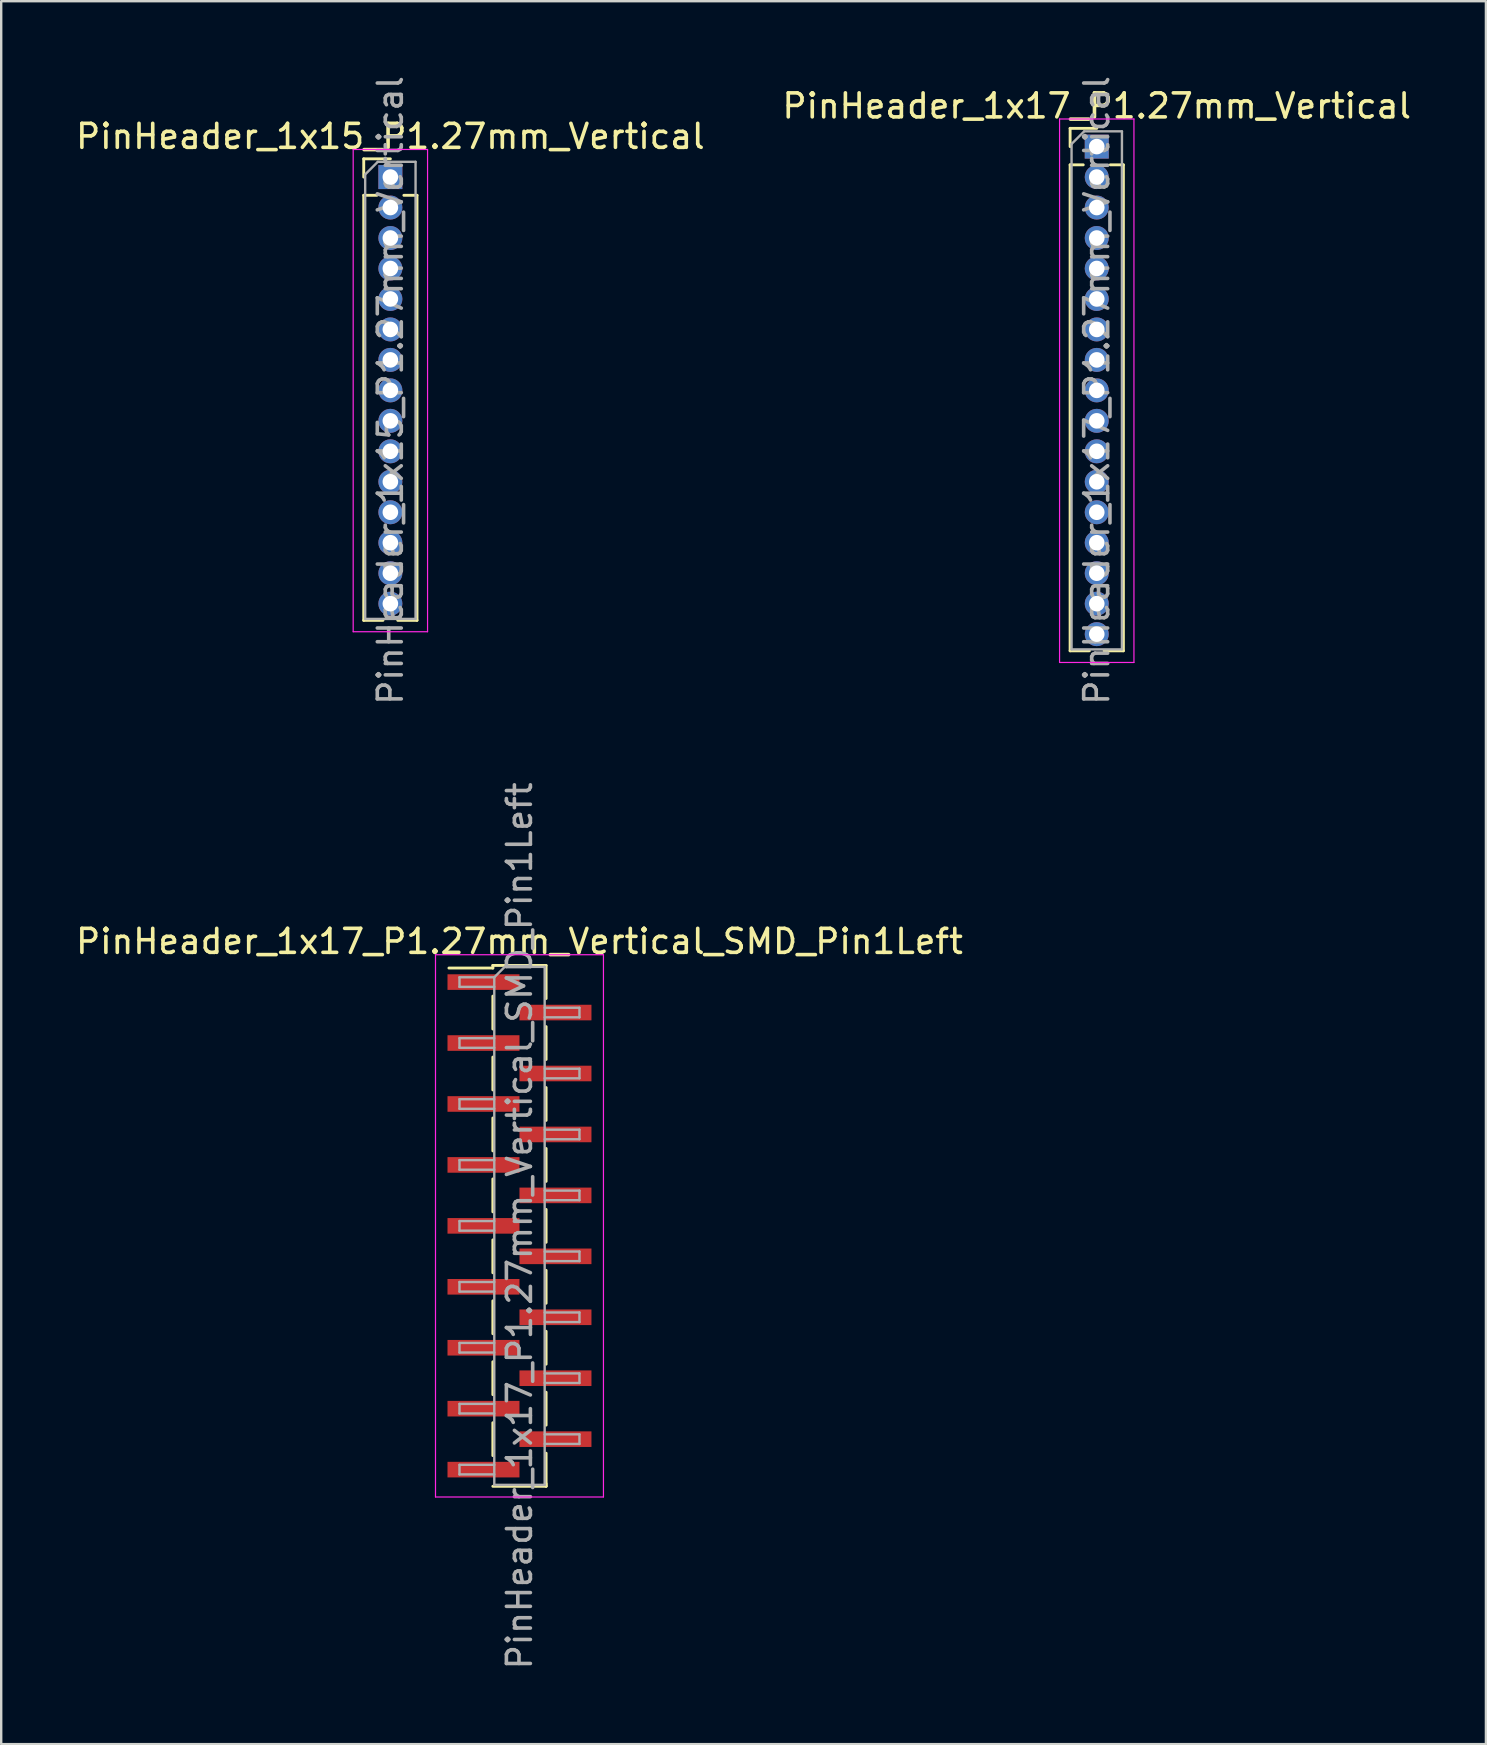
<source format=kicad_pcb>
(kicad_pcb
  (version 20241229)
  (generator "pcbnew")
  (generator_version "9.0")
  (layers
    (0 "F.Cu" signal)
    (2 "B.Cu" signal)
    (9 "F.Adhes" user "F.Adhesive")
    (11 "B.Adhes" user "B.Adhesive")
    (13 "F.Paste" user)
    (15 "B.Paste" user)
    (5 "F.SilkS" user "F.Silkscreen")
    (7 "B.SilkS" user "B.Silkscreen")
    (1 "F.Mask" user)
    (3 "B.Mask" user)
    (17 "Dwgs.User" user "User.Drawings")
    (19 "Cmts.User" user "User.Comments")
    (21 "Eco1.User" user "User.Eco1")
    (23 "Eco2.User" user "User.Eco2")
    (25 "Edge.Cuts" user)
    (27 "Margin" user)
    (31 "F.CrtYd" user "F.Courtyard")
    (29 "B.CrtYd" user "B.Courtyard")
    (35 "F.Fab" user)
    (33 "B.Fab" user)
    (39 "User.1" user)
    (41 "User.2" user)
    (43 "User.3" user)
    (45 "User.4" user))
  (footprint "PinHeader_1x17_P1.27mm_Vertical_SMD_Pin1Left"
    (layer "F.Cu")
    (at 18.601 48.042)
    (property "Reference" "PinHeader_1x17_P1.27mm_Vertical_SMD_Pin1Left" (at 0 -11.855 0) (layer "F.SilkS") (effects (font (size 1 1) (thickness 0.15))))
    (attr smd)
    (fp_line (start -1.11 -10.855) (end -1.11 -10.745) (stroke (width 0.12) (type solid)) (layer "F.SilkS"))
    (fp_line (start -1.11 -10.855) (end 1.11 -10.855) (stroke (width 0.12) (type solid)) (layer "F.SilkS"))
    (fp_line (start -1.11 -10.745) (end -2.94 -10.745) (stroke (width 0.12) (type solid)) (layer "F.SilkS"))
    (fp_line (start -1.11 -9.575) (end -1.11 -8.205) (stroke (width 0.12) (type solid)) (layer "F.SilkS"))
    (fp_line (start -1.11 -7.035) (end -1.11 -5.665) (stroke (width 0.12) (type solid)) (layer "F.SilkS"))
    (fp_line (start -1.11 -4.495) (end -1.11 -3.125) (stroke (width 0.12) (type solid)) (layer "F.SilkS"))
    (fp_line (start -1.11 -1.955) (end -1.11 -0.585) (stroke (width 0.12) (type solid)) (layer "F.SilkS"))
    (fp_line (start -1.11 0.585) (end -1.11 1.955) (stroke (width 0.12) (type solid)) (layer "F.SilkS"))
    (fp_line (start -1.11 3.125) (end -1.11 4.495) (stroke (width 0.12) (type solid)) (layer "F.SilkS"))
    (fp_line (start -1.11 5.665) (end -1.11 7.035) (stroke (width 0.12) (type solid)) (layer "F.SilkS"))
    (fp_line (start -1.11 8.205) (end -1.11 9.575) (stroke (width 0.12) (type solid)) (layer "F.SilkS"))
    (fp_line (start -1.11 10.855) (end 1.11 10.855) (stroke (width 0.12) (type solid)) (layer "F.SilkS"))
    (fp_line (start 1.11 -10.845) (end 1.11 -9.475) (stroke (width 0.12) (type solid)) (layer "F.SilkS"))
    (fp_line (start 1.11 -8.305) (end 1.11 -6.935) (stroke (width 0.12) (type solid)) (layer "F.SilkS"))
    (fp_line (start 1.11 -5.765) (end 1.11 -4.395) (stroke (width 0.12) (type solid)) (layer "F.SilkS"))
    (fp_line (start 1.11 -3.225) (end 1.11 -1.855) (stroke (width 0.12) (type solid)) (layer "F.SilkS"))
    (fp_line (start 1.11 -0.685) (end 1.11 0.685) (stroke (width 0.12) (type solid)) (layer "F.SilkS"))
    (fp_line (start 1.11 1.855) (end 1.11 3.225) (stroke (width 0.12) (type solid)) (layer "F.SilkS"))
    (fp_line (start 1.11 4.395) (end 1.11 5.765) (stroke (width 0.12) (type solid)) (layer "F.SilkS"))
    (fp_line (start 1.11 6.935) (end 1.11 8.305) (stroke (width 0.12) (type solid)) (layer "F.SilkS"))
    (fp_line (start 1.11 9.475) (end 1.11 10.845) (stroke (width 0.12) (type solid)) (layer "F.SilkS"))
    (fp_line (start 1.11 10.745) (end 1.11 10.855) (stroke (width 0.12) (type solid)) (layer "F.SilkS"))
    (fp_line (start -3.5 -11.3) (end -3.5 11.3) (stroke (width 0.05) (type solid)) (layer "F.CrtYd"))
    (fp_line (start -3.5 11.3) (end 3.5 11.3) (stroke (width 0.05) (type solid)) (layer "F.CrtYd"))
    (fp_line (start 3.5 -11.3) (end -3.5 -11.3) (stroke (width 0.05) (type solid)) (layer "F.CrtYd"))
    (fp_line (start 3.5 11.3) (end 3.5 -11.3) (stroke (width 0.05) (type solid)) (layer "F.CrtYd"))
    (fp_line (start -2.5 -10.36) (end -2.5 -9.96) (stroke (width 0.1) (type solid)) (layer "F.Fab"))
    (fp_line (start -2.5 -9.96) (end -1.05 -9.96) (stroke (width 0.1) (type solid)) (layer "F.Fab"))
    (fp_line (start -2.5 -7.82) (end -2.5 -7.42) (stroke (width 0.1) (type solid)) (layer "F.Fab"))
    (fp_line (start -2.5 -7.42) (end -1.05 -7.42) (stroke (width 0.1) (type solid)) (layer "F.Fab"))
    (fp_line (start -2.5 -5.28) (end -2.5 -4.88) (stroke (width 0.1) (type solid)) (layer "F.Fab"))
    (fp_line (start -2.5 -4.88) (end -1.05 -4.88) (stroke (width 0.1) (type solid)) (layer "F.Fab"))
    (fp_line (start -2.5 -2.74) (end -2.5 -2.34) (stroke (width 0.1) (type solid)) (layer "F.Fab"))
    (fp_line (start -2.5 -2.34) (end -1.05 -2.34) (stroke (width 0.1) (type solid)) (layer "F.Fab"))
    (fp_line (start -2.5 -0.2) (end -2.5 0.2) (stroke (width 0.1) (type solid)) (layer "F.Fab"))
    (fp_line (start -2.5 0.2) (end -1.05 0.2) (stroke (width 0.1) (type solid)) (layer "F.Fab"))
    (fp_line (start -2.5 2.34) (end -2.5 2.74) (stroke (width 0.1) (type solid)) (layer "F.Fab"))
    (fp_line (start -2.5 2.74) (end -1.05 2.74) (stroke (width 0.1) (type solid)) (layer "F.Fab"))
    (fp_line (start -2.5 4.88) (end -2.5 5.28) (stroke (width 0.1) (type solid)) (layer "F.Fab"))
    (fp_line (start -2.5 5.28) (end -1.05 5.28) (stroke (width 0.1) (type solid)) (layer "F.Fab"))
    (fp_line (start -2.5 7.42) (end -2.5 7.82) (stroke (width 0.1) (type solid)) (layer "F.Fab"))
    (fp_line (start -2.5 7.82) (end -1.05 7.82) (stroke (width 0.1) (type solid)) (layer "F.Fab"))
    (fp_line (start -2.5 9.96) (end -2.5 10.36) (stroke (width 0.1) (type solid)) (layer "F.Fab"))
    (fp_line (start -2.5 10.36) (end -1.05 10.36) (stroke (width 0.1) (type solid)) (layer "F.Fab"))
    (fp_line (start -1.05 -10.36) (end -2.5 -10.36) (stroke (width 0.1) (type solid)) (layer "F.Fab"))
    (fp_line (start -1.05 -10.36) (end -0.615 -10.795) (stroke (width 0.1) (type solid)) (layer "F.Fab"))
    (fp_line (start -1.05 -7.82) (end -2.5 -7.82) (stroke (width 0.1) (type solid)) (layer "F.Fab"))
    (fp_line (start -1.05 -5.28) (end -2.5 -5.28) (stroke (width 0.1) (type solid)) (layer "F.Fab"))
    (fp_line (start -1.05 -2.74) (end -2.5 -2.74) (stroke (width 0.1) (type solid)) (layer "F.Fab"))
    (fp_line (start -1.05 -0.2) (end -2.5 -0.2) (stroke (width 0.1) (type solid)) (layer "F.Fab"))
    (fp_line (start -1.05 2.34) (end -2.5 2.34) (stroke (width 0.1) (type solid)) (layer "F.Fab"))
    (fp_line (start -1.05 4.88) (end -2.5 4.88) (stroke (width 0.1) (type solid)) (layer "F.Fab"))
    (fp_line (start -1.05 7.42) (end -2.5 7.42) (stroke (width 0.1) (type solid)) (layer "F.Fab"))
    (fp_line (start -1.05 9.96) (end -2.5 9.96) (stroke (width 0.1) (type solid)) (layer "F.Fab"))
    (fp_line (start -1.05 10.795) (end -1.05 -10.36) (stroke (width 0.1) (type solid)) (layer "F.Fab"))
    (fp_line (start -0.615 -10.795) (end 1.05 -10.795) (stroke (width 0.1) (type solid)) (layer "F.Fab"))
    (fp_line (start 1.05 -10.795) (end 1.05 10.795) (stroke (width 0.1) (type solid)) (layer "F.Fab"))
    (fp_line (start 1.05 -9.09) (end 2.5 -9.09) (stroke (width 0.1) (type solid)) (layer "F.Fab"))
    (fp_line (start 1.05 -6.55) (end 2.5 -6.55) (stroke (width 0.1) (type solid)) (layer "F.Fab"))
    (fp_line (start 1.05 -4.01) (end 2.5 -4.01) (stroke (width 0.1) (type solid)) (layer "F.Fab"))
    (fp_line (start 1.05 -1.47) (end 2.5 -1.47) (stroke (width 0.1) (type solid)) (layer "F.Fab"))
    (fp_line (start 1.05 1.07) (end 2.5 1.07) (stroke (width 0.1) (type solid)) (layer "F.Fab"))
    (fp_line (start 1.05 3.61) (end 2.5 3.61) (stroke (width 0.1) (type solid)) (layer "F.Fab"))
    (fp_line (start 1.05 6.15) (end 2.5 6.15) (stroke (width 0.1) (type solid)) (layer "F.Fab"))
    (fp_line (start 1.05 8.69) (end 2.5 8.69) (stroke (width 0.1) (type solid)) (layer "F.Fab"))
    (fp_line (start 1.05 10.795) (end -1.05 10.795) (stroke (width 0.1) (type solid)) (layer "F.Fab"))
    (fp_line (start 2.5 -9.09) (end 2.5 -8.69) (stroke (width 0.1) (type solid)) (layer "F.Fab"))
    (fp_line (start 2.5 -8.69) (end 1.05 -8.69) (stroke (width 0.1) (type solid)) (layer "F.Fab"))
    (fp_line (start 2.5 -6.55) (end 2.5 -6.15) (stroke (width 0.1) (type solid)) (layer "F.Fab"))
    (fp_line (start 2.5 -6.15) (end 1.05 -6.15) (stroke (width 0.1) (type solid)) (layer "F.Fab"))
    (fp_line (start 2.5 -4.01) (end 2.5 -3.61) (stroke (width 0.1) (type solid)) (layer "F.Fab"))
    (fp_line (start 2.5 -3.61) (end 1.05 -3.61) (stroke (width 0.1) (type solid)) (layer "F.Fab"))
    (fp_line (start 2.5 -1.47) (end 2.5 -1.07) (stroke (width 0.1) (type solid)) (layer "F.Fab"))
    (fp_line (start 2.5 -1.07) (end 1.05 -1.07) (stroke (width 0.1) (type solid)) (layer "F.Fab"))
    (fp_line (start 2.5 1.07) (end 2.5 1.47) (stroke (width 0.1) (type solid)) (layer "F.Fab"))
    (fp_line (start 2.5 1.47) (end 1.05 1.47) (stroke (width 0.1) (type solid)) (layer "F.Fab"))
    (fp_line (start 2.5 3.61) (end 2.5 4.01) (stroke (width 0.1) (type solid)) (layer "F.Fab"))
    (fp_line (start 2.5 4.01) (end 1.05 4.01) (stroke (width 0.1) (type solid)) (layer "F.Fab"))
    (fp_line (start 2.5 6.15) (end 2.5 6.55) (stroke (width 0.1) (type solid)) (layer "F.Fab"))
    (fp_line (start 2.5 6.55) (end 1.05 6.55) (stroke (width 0.1) (type solid)) (layer "F.Fab"))
    (fp_line (start 2.5 8.69) (end 2.5 9.09) (stroke (width 0.1) (type solid)) (layer "F.Fab"))
    (fp_line (start 2.5 9.09) (end 1.05 9.09) (stroke (width 0.1) (type solid)) (layer "F.Fab"))
    (fp_text user "${REFERENCE}" (at 0 0 90) (layer "F.Fab") (effects (font (size 1 1) (thickness 0.15))))
    (pad "1" smd rect (at -1.5 -10.16) (size 3 0.65) (layers "F.Cu" "F.Mask" "F.Paste"))
    (pad "2" smd rect (at 1.5 -8.89) (size 3 0.65) (layers "F.Cu" "F.Mask" "F.Paste"))
    (pad "3" smd rect (at -1.5 -7.62) (size 3 0.65) (layers "F.Cu" "F.Mask" "F.Paste"))
    (pad "4" smd rect (at 1.5 -6.35) (size 3 0.65) (layers "F.Cu" "F.Mask" "F.Paste"))
    (pad "5" smd rect (at -1.5 -5.08) (size 3 0.65) (layers "F.Cu" "F.Mask" "F.Paste"))
    (pad "6" smd rect (at 1.5 -3.81) (size 3 0.65) (layers "F.Cu" "F.Mask" "F.Paste"))
    (pad "7" smd rect (at -1.5 -2.54) (size 3 0.65) (layers "F.Cu" "F.Mask" "F.Paste"))
    (pad "8" smd rect (at 1.5 -1.27) (size 3 0.65) (layers "F.Cu" "F.Mask" "F.Paste"))
    (pad "9" smd rect (at -1.5 0) (size 3 0.65) (layers "F.Cu" "F.Mask" "F.Paste"))
    (pad "10" smd rect (at 1.5 1.27) (size 3 0.65) (layers "F.Cu" "F.Mask" "F.Paste"))
    (pad "11" smd rect (at -1.5 2.54) (size 3 0.65) (layers "F.Cu" "F.Mask" "F.Paste"))
    (pad "12" smd rect (at 1.5 3.81) (size 3 0.65) (layers "F.Cu" "F.Mask" "F.Paste"))
    (pad "13" smd rect (at -1.5 5.08) (size 3 0.65) (layers "F.Cu" "F.Mask" "F.Paste"))
    (pad "14" smd rect (at 1.5 6.35) (size 3 0.65) (layers "F.Cu" "F.Mask" "F.Paste"))
    (pad "15" smd rect (at -1.5 7.62) (size 3 0.65) (layers "F.Cu" "F.Mask" "F.Paste"))
    (pad "16" smd rect (at 1.5 8.89) (size 3 0.65) (layers "F.Cu" "F.Mask" "F.Paste"))
    (pad "17" smd rect (at -1.5 10.16) (size 3 0.65) (layers "F.Cu" "F.Mask" "F.Paste")))
  (footprint "PinHeader_1x17_P1.27mm_Vertical"
    (layer "F.Cu")
    (at 42.661 3.06)
    (property "Reference" "PinHeader_1x17_P1.27mm_Vertical" (at 0 -1.695 0) (layer "F.SilkS") (effects (font (size 1 1) (thickness 0.15))))
    (attr through_hole)
    (fp_line (start -1.11 -0.76) (end 0 -0.76) (stroke (width 0.12) (type solid)) (layer "F.SilkS"))
    (fp_line (start -1.11 0) (end -1.11 -0.76) (stroke (width 0.12) (type solid)) (layer "F.SilkS"))
    (fp_line (start -1.11 0.76) (end -1.11 21.015) (stroke (width 0.12) (type solid)) (layer "F.SilkS"))
    (fp_line (start -1.11 0.76) (end -0.563 0.76) (stroke (width 0.12) (type solid)) (layer "F.SilkS"))
    (fp_line (start -1.11 21.015) (end -0.308 21.015) (stroke (width 0.12) (type solid)) (layer "F.SilkS"))
    (fp_line (start 0.308 21.015) (end 1.11 21.015) (stroke (width 0.12) (type solid)) (layer "F.SilkS"))
    (fp_line (start 0.563 0.76) (end 1.11 0.76) (stroke (width 0.12) (type solid)) (layer "F.SilkS"))
    (fp_line (start 1.11 0.76) (end 1.11 21.015) (stroke (width 0.12) (type solid)) (layer "F.SilkS"))
    (fp_line (start -1.55 -1.15) (end -1.55 21.5) (stroke (width 0.05) (type solid)) (layer "F.CrtYd"))
    (fp_line (start -1.55 21.5) (end 1.55 21.5) (stroke (width 0.05) (type solid)) (layer "F.CrtYd"))
    (fp_line (start 1.55 -1.15) (end -1.55 -1.15) (stroke (width 0.05) (type solid)) (layer "F.CrtYd"))
    (fp_line (start 1.55 21.5) (end 1.55 -1.15) (stroke (width 0.05) (type solid)) (layer "F.CrtYd"))
    (fp_line (start -1.05 -0.11) (end -0.525 -0.635) (stroke (width 0.1) (type solid)) (layer "F.Fab"))
    (fp_line (start -1.05 20.955) (end -1.05 -0.11) (stroke (width 0.1) (type solid)) (layer "F.Fab"))
    (fp_line (start -0.525 -0.635) (end 1.05 -0.635) (stroke (width 0.1) (type solid)) (layer "F.Fab"))
    (fp_line (start 1.05 -0.635) (end 1.05 20.955) (stroke (width 0.1) (type solid)) (layer "F.Fab"))
    (fp_line (start 1.05 20.955) (end -1.05 20.955) (stroke (width 0.1) (type solid)) (layer "F.Fab"))
    (fp_text user "${REFERENCE}" (at 0 10.16 90) (layer "F.Fab") (effects (font (size 1 1) (thickness 0.15))))
    (pad "1" thru_hole rect (at 0 0) (size 1 1) (drill 0.65) (layers "*.Cu" "*.Mask"))
    (pad "2" thru_hole oval (at 0 1.27) (size 1 1) (drill 0.65) (layers "*.Cu" "*.Mask"))
    (pad "3" thru_hole oval (at 0 2.54) (size 1 1) (drill 0.65) (layers "*.Cu" "*.Mask"))
    (pad "4" thru_hole oval (at 0 3.81) (size 1 1) (drill 0.65) (layers "*.Cu" "*.Mask"))
    (pad "5" thru_hole oval (at 0 5.08) (size 1 1) (drill 0.65) (layers "*.Cu" "*.Mask"))
    (pad "6" thru_hole oval (at 0 6.35) (size 1 1) (drill 0.65) (layers "*.Cu" "*.Mask"))
    (pad "7" thru_hole oval (at 0 7.62) (size 1 1) (drill 0.65) (layers "*.Cu" "*.Mask"))
    (pad "8" thru_hole oval (at 0 8.89) (size 1 1) (drill 0.65) (layers "*.Cu" "*.Mask"))
    (pad "9" thru_hole oval (at 0 10.16) (size 1 1) (drill 0.65) (layers "*.Cu" "*.Mask"))
    (pad "10" thru_hole oval (at 0 11.43) (size 1 1) (drill 0.65) (layers "*.Cu" "*.Mask"))
    (pad "11" thru_hole oval (at 0 12.7) (size 1 1) (drill 0.65) (layers "*.Cu" "*.Mask"))
    (pad "12" thru_hole oval (at 0 13.97) (size 1 1) (drill 0.65) (layers "*.Cu" "*.Mask"))
    (pad "13" thru_hole oval (at 0 15.24) (size 1 1) (drill 0.65) (layers "*.Cu" "*.Mask"))
    (pad "14" thru_hole oval (at 0 16.51) (size 1 1) (drill 0.65) (layers "*.Cu" "*.Mask"))
    (pad "15" thru_hole oval (at 0 17.78) (size 1 1) (drill 0.65) (layers "*.Cu" "*.Mask"))
    (pad "16" thru_hole oval (at 0 19.05) (size 1 1) (drill 0.65) (layers "*.Cu" "*.Mask"))
    (pad "17" thru_hole oval (at 0 20.32) (size 1 1) (drill 0.65) (layers "*.Cu" "*.Mask")))
  (footprint "PinHeader_1x15_P1.27mm_Vertical"
    (layer "F.Cu")
    (at 13.22 4.33)
    (property "Reference" "PinHeader_1x15_P1.27mm_Vertical" (at 0 -1.695 0) (layer "F.SilkS") (effects (font (size 1 1) (thickness 0.15))))
    (attr through_hole)
    (fp_line (start -1.11 -0.76) (end 0 -0.76) (stroke (width 0.12) (type solid)) (layer "F.SilkS"))
    (fp_line (start -1.11 0) (end -1.11 -0.76) (stroke (width 0.12) (type solid)) (layer "F.SilkS"))
    (fp_line (start -1.11 0.76) (end -1.11 18.475) (stroke (width 0.12) (type solid)) (layer "F.SilkS"))
    (fp_line (start -1.11 0.76) (end -0.563 0.76) (stroke (width 0.12) (type solid)) (layer "F.SilkS"))
    (fp_line (start -1.11 18.475) (end -0.308 18.475) (stroke (width 0.12) (type solid)) (layer "F.SilkS"))
    (fp_line (start 0.308 18.475) (end 1.11 18.475) (stroke (width 0.12) (type solid)) (layer "F.SilkS"))
    (fp_line (start 0.563 0.76) (end 1.11 0.76) (stroke (width 0.12) (type solid)) (layer "F.SilkS"))
    (fp_line (start 1.11 0.76) (end 1.11 18.475) (stroke (width 0.12) (type solid)) (layer "F.SilkS"))
    (fp_line (start -1.55 -1.15) (end -1.55 18.95) (stroke (width 0.05) (type solid)) (layer "F.CrtYd"))
    (fp_line (start -1.55 18.95) (end 1.55 18.95) (stroke (width 0.05) (type solid)) (layer "F.CrtYd"))
    (fp_line (start 1.55 -1.15) (end -1.55 -1.15) (stroke (width 0.05) (type solid)) (layer "F.CrtYd"))
    (fp_line (start 1.55 18.95) (end 1.55 -1.15) (stroke (width 0.05) (type solid)) (layer "F.CrtYd"))
    (fp_line (start -1.05 -0.11) (end -0.525 -0.635) (stroke (width 0.1) (type solid)) (layer "F.Fab"))
    (fp_line (start -1.05 18.415) (end -1.05 -0.11) (stroke (width 0.1) (type solid)) (layer "F.Fab"))
    (fp_line (start -0.525 -0.635) (end 1.05 -0.635) (stroke (width 0.1) (type solid)) (layer "F.Fab"))
    (fp_line (start 1.05 -0.635) (end 1.05 18.415) (stroke (width 0.1) (type solid)) (layer "F.Fab"))
    (fp_line (start 1.05 18.415) (end -1.05 18.415) (stroke (width 0.1) (type solid)) (layer "F.Fab"))
    (fp_text user "${REFERENCE}" (at 0 8.89 90) (layer "F.Fab") (effects (font (size 1 1) (thickness 0.15))))
    (pad "1" thru_hole rect (at 0 0) (size 1 1) (drill 0.65) (layers "*.Cu" "*.Mask"))
    (pad "2" thru_hole oval (at 0 1.27) (size 1 1) (drill 0.65) (layers "*.Cu" "*.Mask"))
    (pad "3" thru_hole oval (at 0 2.54) (size 1 1) (drill 0.65) (layers "*.Cu" "*.Mask"))
    (pad "4" thru_hole oval (at 0 3.81) (size 1 1) (drill 0.65) (layers "*.Cu" "*.Mask"))
    (pad "5" thru_hole oval (at 0 5.08) (size 1 1) (drill 0.65) (layers "*.Cu" "*.Mask"))
    (pad "6" thru_hole oval (at 0 6.35) (size 1 1) (drill 0.65) (layers "*.Cu" "*.Mask"))
    (pad "7" thru_hole oval (at 0 7.62) (size 1 1) (drill 0.65) (layers "*.Cu" "*.Mask"))
    (pad "8" thru_hole oval (at 0 8.89) (size 1 1) (drill 0.65) (layers "*.Cu" "*.Mask"))
    (pad "9" thru_hole oval (at 0 10.16) (size 1 1) (drill 0.65) (layers "*.Cu" "*.Mask"))
    (pad "10" thru_hole oval (at 0 11.43) (size 1 1) (drill 0.65) (layers "*.Cu" "*.Mask"))
    (pad "11" thru_hole oval (at 0 12.7) (size 1 1) (drill 0.65) (layers "*.Cu" "*.Mask"))
    (pad "12" thru_hole oval (at 0 13.97) (size 1 1) (drill 0.65) (layers "*.Cu" "*.Mask"))
    (pad "13" thru_hole oval (at 0 15.24) (size 1 1) (drill 0.65) (layers "*.Cu" "*.Mask"))
    (pad "14" thru_hole oval (at 0 16.51) (size 1 1) (drill 0.65) (layers "*.Cu" "*.Mask"))
    (pad "15" thru_hole oval (at 0 17.78) (size 1 1) (drill 0.65) (layers "*.Cu" "*.Mask")))
  (gr_rect
    (start -3 -3)
    (end 58.881 69.643)
    (stroke (width 0.1) (type default))
    (fill no)
    (layer "Edge.Cuts")))
</source>
